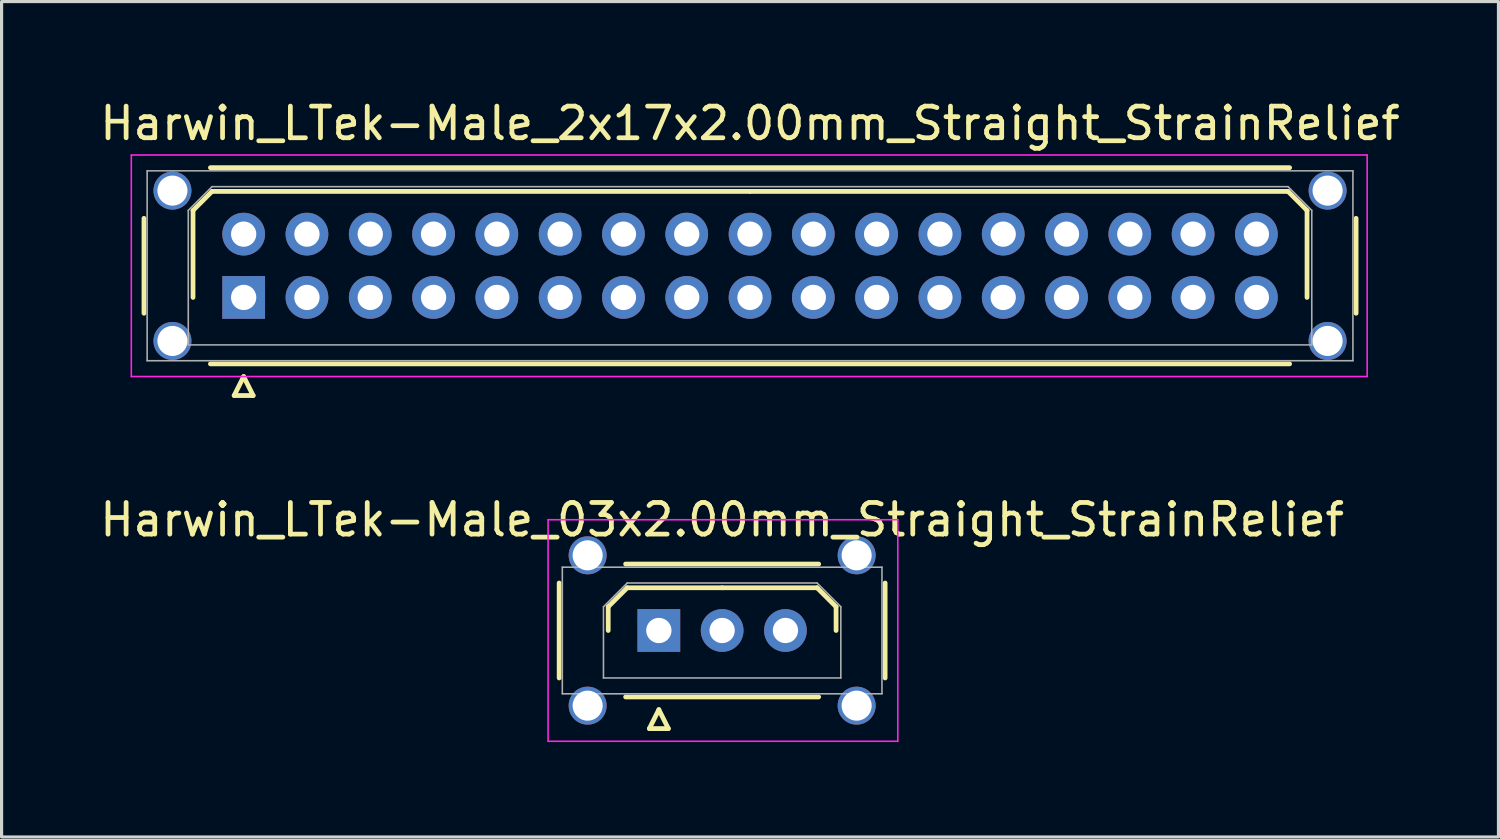
<source format=kicad_pcb>
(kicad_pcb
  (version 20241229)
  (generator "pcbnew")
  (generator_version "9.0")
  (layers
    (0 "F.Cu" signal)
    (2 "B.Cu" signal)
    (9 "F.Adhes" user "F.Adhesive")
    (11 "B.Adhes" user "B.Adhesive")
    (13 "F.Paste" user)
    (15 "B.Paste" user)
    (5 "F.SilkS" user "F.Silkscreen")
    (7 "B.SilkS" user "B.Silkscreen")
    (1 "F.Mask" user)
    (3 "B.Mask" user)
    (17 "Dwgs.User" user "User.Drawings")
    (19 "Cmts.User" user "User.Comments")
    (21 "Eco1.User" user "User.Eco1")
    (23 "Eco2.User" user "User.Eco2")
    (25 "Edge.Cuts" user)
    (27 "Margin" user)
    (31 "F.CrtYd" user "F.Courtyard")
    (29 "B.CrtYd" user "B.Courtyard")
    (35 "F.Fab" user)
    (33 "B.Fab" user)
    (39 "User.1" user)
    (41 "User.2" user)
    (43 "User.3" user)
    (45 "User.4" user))
  (footprint "Harwin_LTek-Male_03x2.00mm_Straight_StrainRelief"
    (layer "F.Cu")
    (at 17.768 16.872)
    (property "Reference" "Harwin_LTek-Male_03x2.00mm_Straight_StrainRelief" (at 2 -3.5 0) (layer "F.SilkS") (effects (font (size 1 1) (thickness 0.15))))
    (attr through_hole)
    (fp_line (start -3.15 -1.5) (end -3.15 1.5) (stroke (width 0.15) (type solid)) (layer "F.SilkS"))
    (fp_line (start -1.6 -0.75) (end -1 -1.35) (stroke (width 0.15) (type solid)) (layer "F.SilkS"))
    (fp_line (start -1.6 0) (end -1.6 -0.75) (stroke (width 0.15) (type solid)) (layer "F.SilkS"))
    (fp_line (start -1.05 -2.1) (end 5.05 -2.1) (stroke (width 0.15) (type solid)) (layer "F.SilkS"))
    (fp_line (start -1.05 2.1) (end 5.05 2.1) (stroke (width 0.15) (type solid)) (layer "F.SilkS"))
    (fp_line (start -1 -1.35) (end 2 -1.35) (stroke (width 0.15) (type solid)) (layer "F.SilkS"))
    (fp_line (start -0.3 3.1) (end 0.3 3.1) (stroke (width 0.15) (type solid)) (layer "F.SilkS"))
    (fp_line (start 0 2.5) (end -0.3 3.1) (stroke (width 0.15) (type solid)) (layer "F.SilkS"))
    (fp_line (start 0.3 3.1) (end 0 2.5) (stroke (width 0.15) (type solid)) (layer "F.SilkS"))
    (fp_line (start 5 -1.35) (end 2 -1.35) (stroke (width 0.15) (type solid)) (layer "F.SilkS"))
    (fp_line (start 5.6 -0.75) (end 5 -1.35) (stroke (width 0.15) (type solid)) (layer "F.SilkS"))
    (fp_line (start 5.6 0) (end 5.6 -0.75) (stroke (width 0.15) (type solid)) (layer "F.SilkS"))
    (fp_line (start 7.15 -1.5) (end 7.15 1.5) (stroke (width 0.15) (type solid)) (layer "F.SilkS"))
    (fp_line (start -3.5 -3.5) (end -3.5 3.5) (stroke (width 0.05) (type solid)) (layer "F.CrtYd"))
    (fp_line (start -3.5 3.5) (end 7.55 3.5) (stroke (width 0.05) (type solid)) (layer "F.CrtYd"))
    (fp_line (start 7.55 -3.5) (end -3.5 -3.5) (stroke (width 0.05) (type solid)) (layer "F.CrtYd"))
    (fp_line (start 7.55 3.5) (end 7.55 -3.5) (stroke (width 0.05) (type solid)) (layer "F.CrtYd"))
    (fp_line (start -3.05 -2) (end -3.05 2) (stroke (width 0.05) (type solid)) (layer "F.Fab"))
    (fp_line (start -3.05 2) (end 7.05 2) (stroke (width 0.05) (type solid)) (layer "F.Fab"))
    (fp_line (start -1.75 -0.75) (end -1 -1.5) (stroke (width 0.05) (type solid)) (layer "F.Fab"))
    (fp_line (start -1.75 1.5) (end -1.75 -0.75) (stroke (width 0.05) (type solid)) (layer "F.Fab"))
    (fp_line (start -1 -1.5) (end 5 -1.5) (stroke (width 0.05) (type solid)) (layer "F.Fab"))
    (fp_line (start 5 -1.5) (end 5.75 -0.75) (stroke (width 0.05) (type solid)) (layer "F.Fab"))
    (fp_line (start 5.75 -0.75) (end 5.75 1.5) (stroke (width 0.05) (type solid)) (layer "F.Fab"))
    (fp_line (start 5.75 1.5) (end -1.75 1.5) (stroke (width 0.05) (type solid)) (layer "F.Fab"))
    (fp_line (start 7.05 -2) (end -3.05 -2) (stroke (width 0.05) (type solid)) (layer "F.Fab"))
    (fp_line (start 7.05 2) (end 7.05 -2) (stroke (width 0.05) (type solid)) (layer "F.Fab"))
    (pad "" thru_hole circle (at -2.25 -2.375) (size 1.2 1.2) (drill 0.95) (layers "*.Cu" "*.Mask"))
    (pad "" thru_hole circle (at -2.25 2.375) (size 1.2 1.2) (drill 0.95) (layers "*.Cu" "*.Mask"))
    (pad "" thru_hole circle (at 6.25 -2.375) (size 1.2 1.2) (drill 0.95) (layers "*.Cu" "*.Mask"))
    (pad "" thru_hole circle (at 6.25 2.375) (size 1.2 1.2) (drill 0.95) (layers "*.Cu" "*.Mask"))
    (pad "1" thru_hole rect (at 0 0) (size 1.35 1.35) (drill 0.8) (layers "*.Cu" "*.Mask"))
    (pad "2" thru_hole circle (at 2 0) (size 1.35 1.35) (drill 0.8) (layers "*.Cu" "*.Mask"))
    (pad "3" thru_hole circle (at 4 0) (size 1.35 1.35) (drill 0.8) (layers "*.Cu" "*.Mask")))
  (footprint "Harwin_LTek-Male_2x17x2.00mm_Straight_StrainRelief"
    (layer "F.Cu")
    (at 4.649 6.348)
    (property "Reference" "Harwin_LTek-Male_2x17x2.00mm_Straight_StrainRelief" (at 16 -5.5 0) (layer "F.SilkS") (effects (font (size 1 1) (thickness 0.15))))
    (attr through_hole)
    (fp_line (start -3.15 -2.5) (end -3.15 0.5) (stroke (width 0.15) (type solid)) (layer "F.SilkS"))
    (fp_line (start -1.6 -2.75) (end -1 -3.35) (stroke (width 0.15) (type solid)) (layer "F.SilkS"))
    (fp_line (start -1.6 0) (end -1.6 -2.75) (stroke (width 0.15) (type solid)) (layer "F.SilkS"))
    (fp_line (start -1.05 -4.1) (end 33.05 -4.1) (stroke (width 0.15) (type solid)) (layer "F.SilkS"))
    (fp_line (start -1.05 2.1) (end 33.05 2.1) (stroke (width 0.15) (type solid)) (layer "F.SilkS"))
    (fp_line (start -1 -3.35) (end 16 -3.35) (stroke (width 0.15) (type solid)) (layer "F.SilkS"))
    (fp_line (start -0.3 3.1) (end 0.3 3.1) (stroke (width 0.15) (type solid)) (layer "F.SilkS"))
    (fp_line (start 0 2.5) (end -0.3 3.1) (stroke (width 0.15) (type solid)) (layer "F.SilkS"))
    (fp_line (start 0.3 3.1) (end 0 2.5) (stroke (width 0.15) (type solid)) (layer "F.SilkS"))
    (fp_line (start 33 -3.35) (end 16 -3.35) (stroke (width 0.15) (type solid)) (layer "F.SilkS"))
    (fp_line (start 33.6 -2.75) (end 33 -3.35) (stroke (width 0.15) (type solid)) (layer "F.SilkS"))
    (fp_line (start 33.6 0) (end 33.6 -2.75) (stroke (width 0.15) (type solid)) (layer "F.SilkS"))
    (fp_line (start 35.15 -2.5) (end 35.15 0.5) (stroke (width 0.15) (type solid)) (layer "F.SilkS"))
    (fp_line (start -3.55 -4.5) (end -3.55 2.5) (stroke (width 0.05) (type solid)) (layer "F.CrtYd"))
    (fp_line (start -3.55 2.5) (end 35.5 2.5) (stroke (width 0.05) (type solid)) (layer "F.CrtYd"))
    (fp_line (start 35.5 -4.5) (end -3.55 -4.5) (stroke (width 0.05) (type solid)) (layer "F.CrtYd"))
    (fp_line (start 35.5 2.5) (end 35.5 -4.5) (stroke (width 0.05) (type solid)) (layer "F.CrtYd"))
    (fp_line (start -3.05 -4) (end -3.05 2) (stroke (width 0.05) (type solid)) (layer "F.Fab"))
    (fp_line (start -3.05 2) (end 35.05 2) (stroke (width 0.05) (type solid)) (layer "F.Fab"))
    (fp_line (start -1.75 -2.75) (end -1 -3.5) (stroke (width 0.05) (type solid)) (layer "F.Fab"))
    (fp_line (start -1.75 1.5) (end -1.75 -2.75) (stroke (width 0.05) (type solid)) (layer "F.Fab"))
    (fp_line (start -1 -3.5) (end 33 -3.5) (stroke (width 0.05) (type solid)) (layer "F.Fab"))
    (fp_line (start 33 -3.5) (end 33.75 -2.75) (stroke (width 0.05) (type solid)) (layer "F.Fab"))
    (fp_line (start 33.75 -2.75) (end 33.75 1.5) (stroke (width 0.05) (type solid)) (layer "F.Fab"))
    (fp_line (start 33.75 1.5) (end -1.75 1.5) (stroke (width 0.05) (type solid)) (layer "F.Fab"))
    (fp_line (start 35.05 -4) (end -3.05 -4) (stroke (width 0.05) (type solid)) (layer "F.Fab"))
    (fp_line (start 35.05 2) (end 35.05 -4) (stroke (width 0.05) (type solid)) (layer "F.Fab"))
    (pad "" thru_hole circle (at -2.25 -3.375) (size 1.2 1.2) (drill 0.95) (layers "*.Cu" "*.Mask"))
    (pad "" thru_hole circle (at -2.25 1.375) (size 1.2 1.2) (drill 0.95) (layers "*.Cu" "*.Mask"))
    (pad "" thru_hole circle (at 34.25 -3.375) (size 1.2 1.2) (drill 0.95) (layers "*.Cu" "*.Mask"))
    (pad "" thru_hole circle (at 34.25 1.375) (size 1.2 1.2) (drill 0.95) (layers "*.Cu" "*.Mask"))
    (pad "1" thru_hole rect (at 0 0) (size 1.35 1.35) (drill 0.8) (layers "*.Cu" "*.Mask"))
    (pad "2" thru_hole circle (at 0 -2) (size 1.35 1.35) (drill 0.8) (layers "*.Cu" "*.Mask"))
    (pad "3" thru_hole circle (at 2 0) (size 1.35 1.35) (drill 0.8) (layers "*.Cu" "*.Mask"))
    (pad "4" thru_hole circle (at 2 -2) (size 1.35 1.35) (drill 0.8) (layers "*.Cu" "*.Mask"))
    (pad "5" thru_hole circle (at 4 0) (size 1.35 1.35) (drill 0.8) (layers "*.Cu" "*.Mask"))
    (pad "6" thru_hole circle (at 4 -2) (size 1.35 1.35) (drill 0.8) (layers "*.Cu" "*.Mask"))
    (pad "7" thru_hole circle (at 6 0) (size 1.35 1.35) (drill 0.8) (layers "*.Cu" "*.Mask"))
    (pad "8" thru_hole circle (at 6 -2) (size 1.35 1.35) (drill 0.8) (layers "*.Cu" "*.Mask"))
    (pad "9" thru_hole circle (at 8 0) (size 1.35 1.35) (drill 0.8) (layers "*.Cu" "*.Mask"))
    (pad "10" thru_hole circle (at 8 -2) (size 1.35 1.35) (drill 0.8) (layers "*.Cu" "*.Mask"))
    (pad "11" thru_hole circle (at 10 0) (size 1.35 1.35) (drill 0.8) (layers "*.Cu" "*.Mask"))
    (pad "12" thru_hole circle (at 10 -2) (size 1.35 1.35) (drill 0.8) (layers "*.Cu" "*.Mask"))
    (pad "13" thru_hole circle (at 12 0) (size 1.35 1.35) (drill 0.8) (layers "*.Cu" "*.Mask"))
    (pad "14" thru_hole circle (at 12 -2) (size 1.35 1.35) (drill 0.8) (layers "*.Cu" "*.Mask"))
    (pad "15" thru_hole circle (at 14 0) (size 1.35 1.35) (drill 0.8) (layers "*.Cu" "*.Mask"))
    (pad "16" thru_hole circle (at 14 -2) (size 1.35 1.35) (drill 0.8) (layers "*.Cu" "*.Mask"))
    (pad "17" thru_hole circle (at 16 0) (size 1.35 1.35) (drill 0.8) (layers "*.Cu" "*.Mask"))
    (pad "18" thru_hole circle (at 16 -2) (size 1.35 1.35) (drill 0.8) (layers "*.Cu" "*.Mask"))
    (pad "19" thru_hole circle (at 18 0) (size 1.35 1.35) (drill 0.8) (layers "*.Cu" "*.Mask"))
    (pad "20" thru_hole circle (at 18 -2) (size 1.35 1.35) (drill 0.8) (layers "*.Cu" "*.Mask"))
    (pad "21" thru_hole circle (at 20 0) (size 1.35 1.35) (drill 0.8) (layers "*.Cu" "*.Mask"))
    (pad "22" thru_hole circle (at 20 -2) (size 1.35 1.35) (drill 0.8) (layers "*.Cu" "*.Mask"))
    (pad "23" thru_hole circle (at 22 0) (size 1.35 1.35) (drill 0.8) (layers "*.Cu" "*.Mask"))
    (pad "24" thru_hole circle (at 22 -2) (size 1.35 1.35) (drill 0.8) (layers "*.Cu" "*.Mask"))
    (pad "25" thru_hole circle (at 24 0) (size 1.35 1.35) (drill 0.8) (layers "*.Cu" "*.Mask"))
    (pad "26" thru_hole circle (at 24 -2) (size 1.35 1.35) (drill 0.8) (layers "*.Cu" "*.Mask"))
    (pad "27" thru_hole circle (at 26 0) (size 1.35 1.35) (drill 0.8) (layers "*.Cu" "*.Mask"))
    (pad "28" thru_hole circle (at 26 -2) (size 1.35 1.35) (drill 0.8) (layers "*.Cu" "*.Mask"))
    (pad "29" thru_hole circle (at 28 0) (size 1.35 1.35) (drill 0.8) (layers "*.Cu" "*.Mask"))
    (pad "30" thru_hole circle (at 28 -2) (size 1.35 1.35) (drill 0.8) (layers "*.Cu" "*.Mask"))
    (pad "31" thru_hole circle (at 30 0) (size 1.35 1.35) (drill 0.8) (layers "*.Cu" "*.Mask"))
    (pad "32" thru_hole circle (at 30 -2) (size 1.35 1.35) (drill 0.8) (layers "*.Cu" "*.Mask"))
    (pad "33" thru_hole circle (at 32 0) (size 1.35 1.35) (drill 0.8) (layers "*.Cu" "*.Mask"))
    (pad "34" thru_hole circle (at 32 -2) (size 1.35 1.35) (drill 0.8) (layers "*.Cu" "*.Mask")))
  (gr_rect
    (start -3 -3)
    (end 44.298 23.396)
    (stroke (width 0.1) (type default))
    (fill no)
    (layer "Edge.Cuts")))
</source>
